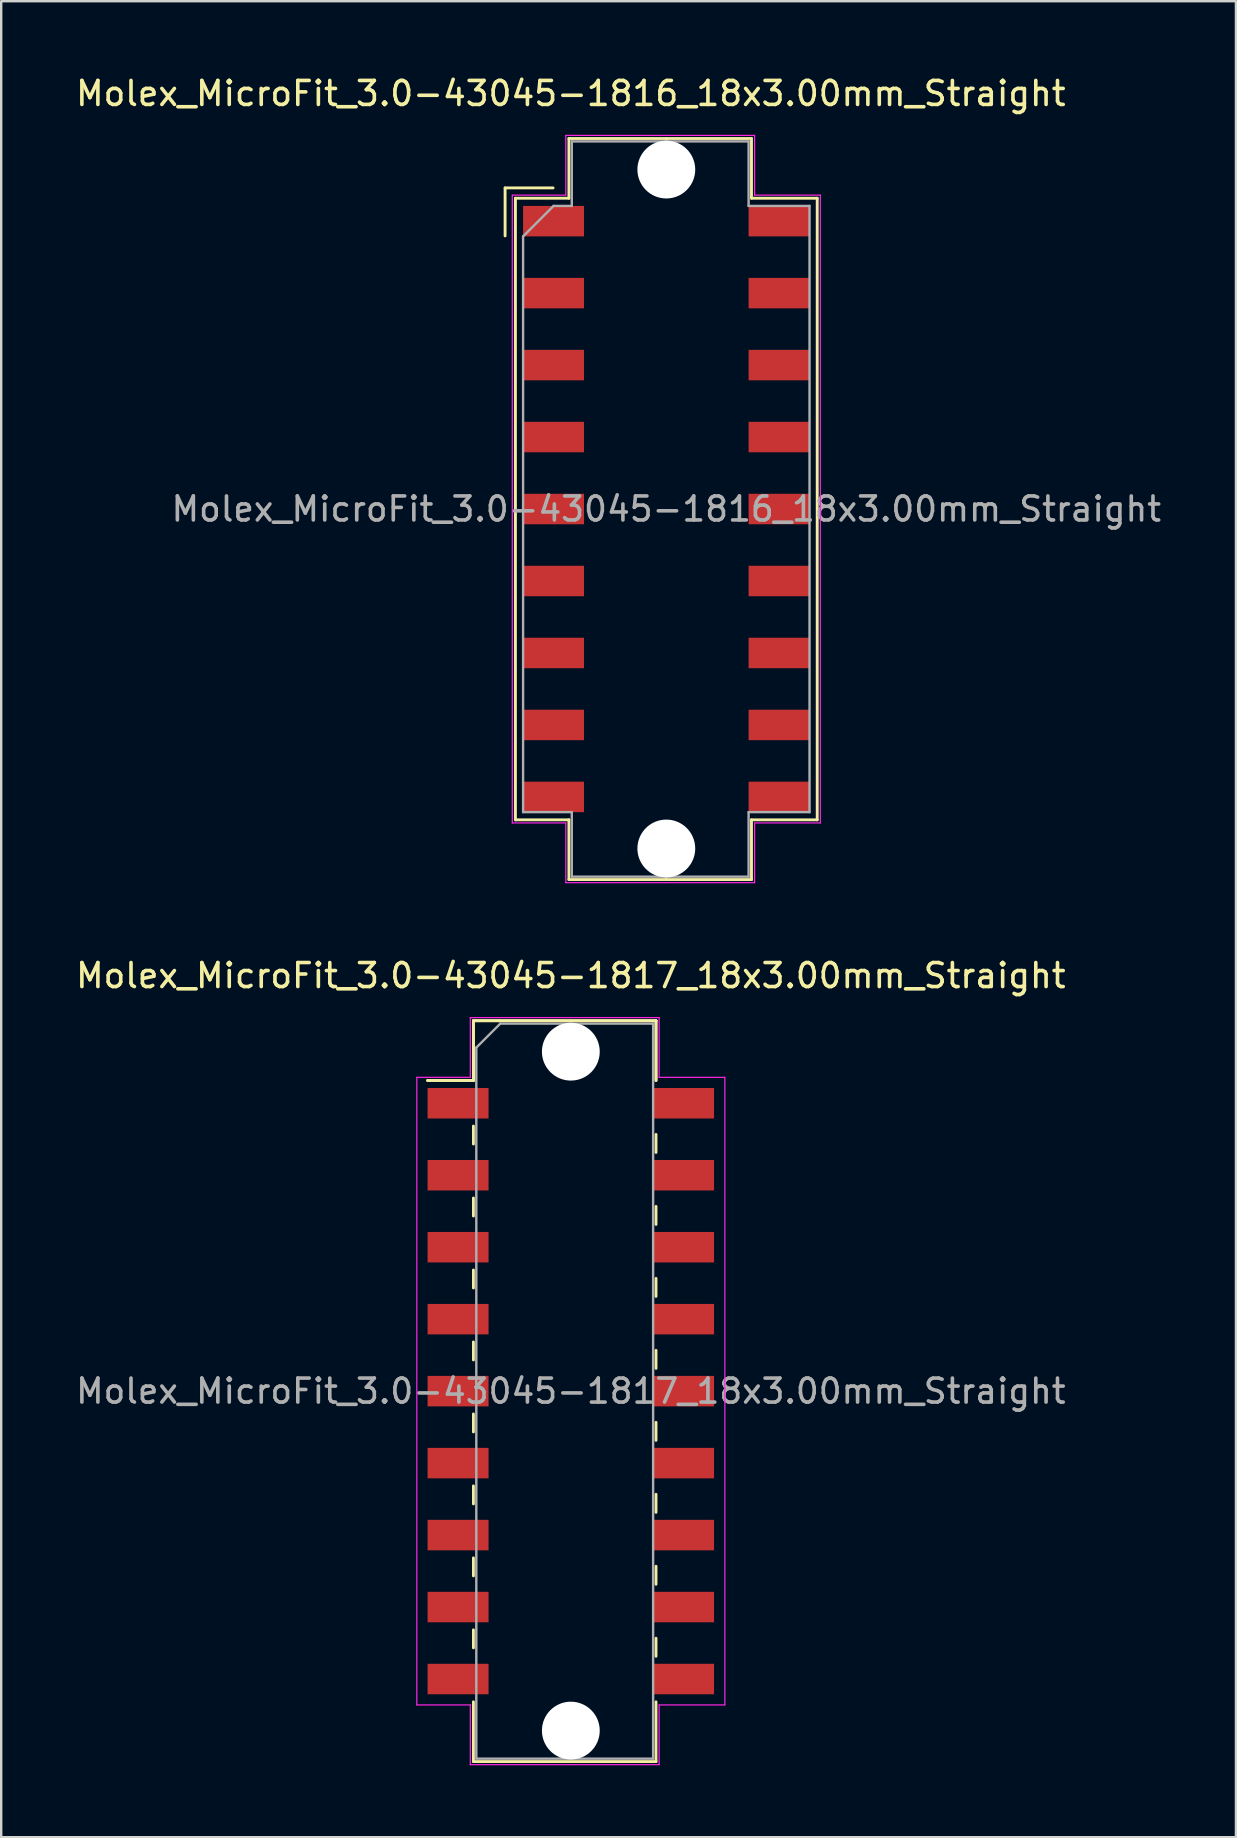
<source format=kicad_pcb>
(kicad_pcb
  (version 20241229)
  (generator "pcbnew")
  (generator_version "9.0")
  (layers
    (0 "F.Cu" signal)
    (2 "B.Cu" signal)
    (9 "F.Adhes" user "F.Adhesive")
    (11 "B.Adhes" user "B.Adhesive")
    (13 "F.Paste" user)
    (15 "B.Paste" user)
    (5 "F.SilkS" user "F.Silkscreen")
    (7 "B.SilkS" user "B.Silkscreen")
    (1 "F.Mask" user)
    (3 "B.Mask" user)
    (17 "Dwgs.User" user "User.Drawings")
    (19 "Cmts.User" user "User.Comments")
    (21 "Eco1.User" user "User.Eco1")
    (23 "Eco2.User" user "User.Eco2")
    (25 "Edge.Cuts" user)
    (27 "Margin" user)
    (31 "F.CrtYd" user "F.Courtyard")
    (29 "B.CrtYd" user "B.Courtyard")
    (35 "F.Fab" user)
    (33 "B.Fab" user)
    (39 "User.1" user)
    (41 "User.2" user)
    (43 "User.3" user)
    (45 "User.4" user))
  (footprint "Molex_MicroFit_3.0-43045-1817_18x3.00mm_Straight"
    (layer "F.Cu")
    (at 20.744 54.937)
    (property "Reference" "Molex_MicroFit_3.0-43045-1817_18x3.00mm_Straight" (at 0 -17.32 0) (layer "F.SilkS") (effects (font (size 1 1) (thickness 0.15))))
    (attr smd)
    (fp_line (start -5.97 -12.95) (end -4.06 -12.95) (stroke (width 0.12) (type solid)) (layer "F.SilkS"))
    (fp_line (start -5.97 -12.95) (end -4.06 -12.95) (stroke (width 0.12) (type solid)) (layer "F.SilkS"))
    (fp_line (start -4.06 -15.44) (end 3.55 -15.44) (stroke (width 0.12) (type solid)) (layer "F.SilkS"))
    (fp_line (start -4.06 -15.44) (end 3.55 -15.44) (stroke (width 0.12) (type solid)) (layer "F.SilkS"))
    (fp_line (start -4.06 -12.95) (end -4.06 -15.44) (stroke (width 0.12) (type solid)) (layer "F.SilkS"))
    (fp_line (start -4.06 -12.95) (end -4.06 -15.44) (stroke (width 0.12) (type solid)) (layer "F.SilkS"))
    (fp_line (start -4.06 -11.05) (end -4.06 -10.3) (stroke (width 0.12) (type solid)) (layer "F.SilkS"))
    (fp_line (start -4.06 -8.05) (end -4.06 -7.3) (stroke (width 0.12) (type solid)) (layer "F.SilkS"))
    (fp_line (start -4.06 -5.05) (end -4.06 -4.3) (stroke (width 0.12) (type solid)) (layer "F.SilkS"))
    (fp_line (start -4.06 -2.05) (end -4.06 -1.3) (stroke (width 0.12) (type solid)) (layer "F.SilkS"))
    (fp_line (start -4.06 0.95) (end -4.06 1.7) (stroke (width 0.12) (type solid)) (layer "F.SilkS"))
    (fp_line (start -4.06 3.95) (end -4.06 4.7) (stroke (width 0.12) (type solid)) (layer "F.SilkS"))
    (fp_line (start -4.06 6.95) (end -4.06 7.7) (stroke (width 0.12) (type solid)) (layer "F.SilkS"))
    (fp_line (start -4.06 9.95) (end -4.06 10.7) (stroke (width 0.12) (type solid)) (layer "F.SilkS"))
    (fp_line (start -4.06 15.44) (end -4.06 12.95) (stroke (width 0.12) (type solid)) (layer "F.SilkS"))
    (fp_line (start 3.55 -15.44) (end 3.55 -12.95) (stroke (width 0.12) (type solid)) (layer "F.SilkS"))
    (fp_line (start 3.55 -15.44) (end 3.55 -12.95) (stroke (width 0.12) (type solid)) (layer "F.SilkS"))
    (fp_line (start 3.55 -9.95) (end 3.55 -10.7) (stroke (width 0.12) (type solid)) (layer "F.SilkS"))
    (fp_line (start 3.55 -6.95) (end 3.55 -7.7) (stroke (width 0.12) (type solid)) (layer "F.SilkS"))
    (fp_line (start 3.55 -3.95) (end 3.55 -4.7) (stroke (width 0.12) (type solid)) (layer "F.SilkS"))
    (fp_line (start 3.55 -0.95) (end 3.55 -1.7) (stroke (width 0.12) (type solid)) (layer "F.SilkS"))
    (fp_line (start 3.55 2.05) (end 3.55 1.3) (stroke (width 0.12) (type solid)) (layer "F.SilkS"))
    (fp_line (start 3.55 5.05) (end 3.55 4.3) (stroke (width 0.12) (type solid)) (layer "F.SilkS"))
    (fp_line (start 3.55 8.05) (end 3.55 7.3) (stroke (width 0.12) (type solid)) (layer "F.SilkS"))
    (fp_line (start 3.55 11.05) (end 3.55 10.3) (stroke (width 0.12) (type solid)) (layer "F.SilkS"))
    (fp_line (start 3.55 12.95) (end 3.55 15.44) (stroke (width 0.12) (type solid)) (layer "F.SilkS"))
    (fp_line (start 3.55 15.44) (end -4.06 15.44) (stroke (width 0.12) (type solid)) (layer "F.SilkS"))
    (fp_line (start -6.42 -13.08) (end -4.19 -13.08) (stroke (width 0.05) (type solid)) (layer "F.CrtYd"))
    (fp_line (start -6.42 13.08) (end -6.42 -13.08) (stroke (width 0.05) (type solid)) (layer "F.CrtYd"))
    (fp_line (start -4.19 -15.57) (end 0 -15.57) (stroke (width 0.05) (type solid)) (layer "F.CrtYd"))
    (fp_line (start -4.19 -13.08) (end -4.19 -15.57) (stroke (width 0.05) (type solid)) (layer "F.CrtYd"))
    (fp_line (start -4.19 13.08) (end -6.42 13.08) (stroke (width 0.05) (type solid)) (layer "F.CrtYd"))
    (fp_line (start -4.19 15.57) (end -4.19 13.08) (stroke (width 0.05) (type solid)) (layer "F.CrtYd"))
    (fp_line (start 0 -15.57) (end 3.68 -15.57) (stroke (width 0.05) (type solid)) (layer "F.CrtYd"))
    (fp_line (start 0 15.57) (end -4.19 15.57) (stroke (width 0.05) (type solid)) (layer "F.CrtYd"))
    (fp_line (start 3.68 -15.57) (end 3.68 -13.08) (stroke (width 0.05) (type solid)) (layer "F.CrtYd"))
    (fp_line (start 3.68 -13.08) (end 6.42 -13.08) (stroke (width 0.05) (type solid)) (layer "F.CrtYd"))
    (fp_line (start 3.68 13.08) (end 3.68 15.57) (stroke (width 0.05) (type solid)) (layer "F.CrtYd"))
    (fp_line (start 3.68 15.57) (end 0 15.57) (stroke (width 0.05) (type solid)) (layer "F.CrtYd"))
    (fp_line (start 6.42 -13.08) (end 6.42 13.08) (stroke (width 0.05) (type solid)) (layer "F.CrtYd"))
    (fp_line (start 6.42 13.08) (end 3.68 13.08) (stroke (width 0.05) (type solid)) (layer "F.CrtYd"))
    (fp_line (start -3.94 -14.32) (end -2.94 -15.32) (stroke (width 0.1) (type solid)) (layer "F.Fab"))
    (fp_line (start -3.94 15.32) (end -3.94 -14.32) (stroke (width 0.1) (type solid)) (layer "F.Fab"))
    (fp_line (start -2.94 -15.32) (end 0 -15.32) (stroke (width 0.1) (type solid)) (layer "F.Fab"))
    (fp_line (start 0 -15.32) (end 3.43 -15.32) (stroke (width 0.1) (type solid)) (layer "F.Fab"))
    (fp_line (start 0 15.32) (end -3.94 15.32) (stroke (width 0.1) (type solid)) (layer "F.Fab"))
    (fp_line (start 3.43 -15.32) (end 3.43 15.32) (stroke (width 0.1) (type solid)) (layer "F.Fab"))
    (fp_line (start 3.43 15.32) (end 0 15.32) (stroke (width 0.1) (type solid)) (layer "F.Fab"))
    (fp_text user "${REFERENCE}" (at 0 0 0) (layer "F.Fab") (effects (font (size 1 1) (thickness 0.15))))
    (pad "" np_thru_hole circle (at 0 -14.15) (size 2.41 2.41) (drill 2.41) (layers "*.Cu"))
    (pad "" np_thru_hole circle (at 0 14.15) (size 2.41 2.41) (drill 2.41) (layers "*.Cu"))
    (pad "1" smd rect (at -4.7 -12) (size 2.54 1.27) (layers "F.Cu" "F.Mask" "F.Paste"))
    (pad "2" smd rect (at -4.7 -9) (size 2.54 1.27) (layers "F.Cu" "F.Mask" "F.Paste"))
    (pad "3" smd rect (at -4.7 -6) (size 2.54 1.27) (layers "F.Cu" "F.Mask" "F.Paste"))
    (pad "4" smd rect (at -4.7 -3) (size 2.54 1.27) (layers "F.Cu" "F.Mask" "F.Paste"))
    (pad "5" smd rect (at -4.7 0) (size 2.54 1.27) (layers "F.Cu" "F.Mask" "F.Paste"))
    (pad "6" smd rect (at -4.7 3) (size 2.54 1.27) (layers "F.Cu" "F.Mask" "F.Paste"))
    (pad "7" smd rect (at -4.7 6) (size 2.54 1.27) (layers "F.Cu" "F.Mask" "F.Paste"))
    (pad "8" smd rect (at -4.7 9) (size 2.54 1.27) (layers "F.Cu" "F.Mask" "F.Paste"))
    (pad "9" smd rect (at -4.7 12) (size 2.54 1.27) (layers "F.Cu" "F.Mask" "F.Paste"))
    (pad "10" smd rect (at 4.7 12) (size 2.54 1.27) (layers "F.Cu" "F.Mask" "F.Paste"))
    (pad "11" smd rect (at 4.7 9) (size 2.54 1.27) (layers "F.Cu" "F.Mask" "F.Paste"))
    (pad "12" smd rect (at 4.7 6) (size 2.54 1.27) (layers "F.Cu" "F.Mask" "F.Paste"))
    (pad "13" smd rect (at 4.7 3) (size 2.54 1.27) (layers "F.Cu" "F.Mask" "F.Paste"))
    (pad "14" smd rect (at 4.7 0) (size 2.54 1.27) (layers "F.Cu" "F.Mask" "F.Paste"))
    (pad "15" smd rect (at 4.7 -3) (size 2.54 1.27) (layers "F.Cu" "F.Mask" "F.Paste"))
    (pad "16" smd rect (at 4.7 -6) (size 2.54 1.27) (layers "F.Cu" "F.Mask" "F.Paste"))
    (pad "17" smd rect (at 4.7 -9) (size 2.54 1.27) (layers "F.Cu" "F.Mask" "F.Paste"))
    (pad "18" smd rect (at 4.7 -12) (size 2.54 1.27) (layers "F.Cu" "F.Mask" "F.Paste")))
  (footprint "Molex_MicroFit_3.0-43045-1816_18x3.00mm_Straight"
    (layer "F.Cu")
    (at 24.724 18.168)
    (property "Reference" "Molex_MicroFit_3.0-43045-1816_18x3.00mm_Straight" (at -3.98 -17.32 0) (layer "F.SilkS") (effects (font (size 1 1) (thickness 0.15))))
    (attr smd)
    (fp_line (start -6.72 -13.385) (end -6.72 -11.385) (stroke (width 0.12) (type solid)) (layer "F.SilkS"))
    (fp_line (start -6.29 -12.955) (end -4.06 -12.955) (stroke (width 0.12) (type solid)) (layer "F.SilkS"))
    (fp_line (start -6.29 12.955) (end -6.29 -12.955) (stroke (width 0.12) (type solid)) (layer "F.SilkS"))
    (fp_line (start -4.72 -13.385) (end -6.72 -13.385) (stroke (width 0.12) (type solid)) (layer "F.SilkS"))
    (fp_line (start -4.06 -15.445) (end 0 -15.445) (stroke (width 0.12) (type solid)) (layer "F.SilkS"))
    (fp_line (start -4.06 -12.955) (end -4.06 -15.445) (stroke (width 0.12) (type solid)) (layer "F.SilkS"))
    (fp_line (start -4.06 12.955) (end -6.29 12.955) (stroke (width 0.12) (type solid)) (layer "F.SilkS"))
    (fp_line (start -4.06 15.445) (end -4.06 12.955) (stroke (width 0.12) (type solid)) (layer "F.SilkS"))
    (fp_line (start 0 -15.445) (end 3.55 -15.445) (stroke (width 0.12) (type solid)) (layer "F.SilkS"))
    (fp_line (start 0 15.445) (end -4.06 15.445) (stroke (width 0.12) (type solid)) (layer "F.SilkS"))
    (fp_line (start 3.55 -15.445) (end 3.55 -12.955) (stroke (width 0.12) (type solid)) (layer "F.SilkS"))
    (fp_line (start 3.55 -12.955) (end 6.29 -12.955) (stroke (width 0.12) (type solid)) (layer "F.SilkS"))
    (fp_line (start 3.55 12.955) (end 3.55 15.445) (stroke (width 0.12) (type solid)) (layer "F.SilkS"))
    (fp_line (start 3.55 15.445) (end 0 15.445) (stroke (width 0.12) (type solid)) (layer "F.SilkS"))
    (fp_line (start 6.29 -12.955) (end 6.29 12.955) (stroke (width 0.12) (type solid)) (layer "F.SilkS"))
    (fp_line (start 6.29 12.955) (end 3.55 12.955) (stroke (width 0.12) (type solid)) (layer "F.SilkS"))
    (fp_line (start -6.42 -13.085) (end -4.19 -13.085) (stroke (width 0.05) (type solid)) (layer "F.CrtYd"))
    (fp_line (start -6.42 13.085) (end -6.42 -13.085) (stroke (width 0.05) (type solid)) (layer "F.CrtYd"))
    (fp_line (start -4.19 -15.575) (end 0 -15.575) (stroke (width 0.05) (type solid)) (layer "F.CrtYd"))
    (fp_line (start -4.19 -13.085) (end -4.19 -15.575) (stroke (width 0.05) (type solid)) (layer "F.CrtYd"))
    (fp_line (start -4.19 13.085) (end -6.42 13.085) (stroke (width 0.05) (type solid)) (layer "F.CrtYd"))
    (fp_line (start -4.19 15.575) (end -4.19 13.085) (stroke (width 0.05) (type solid)) (layer "F.CrtYd"))
    (fp_line (start 0 -15.575) (end 3.68 -15.575) (stroke (width 0.05) (type solid)) (layer "F.CrtYd"))
    (fp_line (start 0 15.575) (end -4.19 15.575) (stroke (width 0.05) (type solid)) (layer "F.CrtYd"))
    (fp_line (start 3.68 -15.575) (end 3.68 -13.085) (stroke (width 0.05) (type solid)) (layer "F.CrtYd"))
    (fp_line (start 3.68 -13.085) (end 6.42 -13.085) (stroke (width 0.05) (type solid)) (layer "F.CrtYd"))
    (fp_line (start 3.68 13.085) (end 3.68 15.575) (stroke (width 0.05) (type solid)) (layer "F.CrtYd"))
    (fp_line (start 3.68 15.575) (end 0 15.575) (stroke (width 0.05) (type solid)) (layer "F.CrtYd"))
    (fp_line (start 6.42 -13.085) (end 6.42 13.085) (stroke (width 0.05) (type solid)) (layer "F.CrtYd"))
    (fp_line (start 6.42 13.085) (end 3.68 13.085) (stroke (width 0.05) (type solid)) (layer "F.CrtYd"))
    (fp_line (start -5.97 -11.365) (end -4.7 -12.635) (stroke (width 0.1) (type solid)) (layer "F.Fab"))
    (fp_line (start -5.97 12.635) (end -5.97 -11.365) (stroke (width 0.1) (type solid)) (layer "F.Fab"))
    (fp_line (start -4.7 -12.635) (end -3.94 -12.635) (stroke (width 0.1) (type solid)) (layer "F.Fab"))
    (fp_line (start -3.94 -15.325) (end 0 -15.325) (stroke (width 0.1) (type solid)) (layer "F.Fab"))
    (fp_line (start -3.94 -12.635) (end -3.94 -15.325) (stroke (width 0.1) (type solid)) (layer "F.Fab"))
    (fp_line (start -3.94 12.635) (end -5.97 12.635) (stroke (width 0.1) (type solid)) (layer "F.Fab"))
    (fp_line (start -3.94 15.325) (end -3.94 12.635) (stroke (width 0.1) (type solid)) (layer "F.Fab"))
    (fp_line (start 0 -15.325) (end 3.43 -15.325) (stroke (width 0.1) (type solid)) (layer "F.Fab"))
    (fp_line (start 0 15.325) (end -3.94 15.325) (stroke (width 0.1) (type solid)) (layer "F.Fab"))
    (fp_line (start 3.43 -15.325) (end 3.43 -12.635) (stroke (width 0.1) (type solid)) (layer "F.Fab"))
    (fp_line (start 3.43 -12.635) (end 5.97 -12.635) (stroke (width 0.1) (type solid)) (layer "F.Fab"))
    (fp_line (start 3.43 12.635) (end 3.43 15.325) (stroke (width 0.1) (type solid)) (layer "F.Fab"))
    (fp_line (start 3.43 15.325) (end 0 15.325) (stroke (width 0.1) (type solid)) (layer "F.Fab"))
    (fp_line (start 5.97 -12.635) (end 5.97 12.635) (stroke (width 0.1) (type solid)) (layer "F.Fab"))
    (fp_line (start 5.97 12.635) (end 3.43 12.635) (stroke (width 0.1) (type solid)) (layer "F.Fab"))
    (fp_text user "${REFERENCE}" (at 0 0 0) (layer "F.Fab") (effects (font (size 1 1) (thickness 0.15))))
    (pad "" np_thru_hole circle (at 0 -14.15) (size 2.41 2.41) (drill 2.41) (layers "*.Cu"))
    (pad "" np_thru_hole circle (at 0 14.15) (size 2.41 2.41) (drill 2.41) (layers "*.Cu"))
    (pad "1" smd rect (at -4.7 -12) (size 2.54 1.27) (layers "F.Cu" "F.Mask" "F.Paste"))
    (pad "2" smd rect (at -4.7 -9) (size 2.54 1.27) (layers "F.Cu" "F.Mask" "F.Paste"))
    (pad "3" smd rect (at -4.7 -6) (size 2.54 1.27) (layers "F.Cu" "F.Mask" "F.Paste"))
    (pad "4" smd rect (at -4.7 -3) (size 2.54 1.27) (layers "F.Cu" "F.Mask" "F.Paste"))
    (pad "5" smd rect (at -4.7 0) (size 2.54 1.27) (layers "F.Cu" "F.Mask" "F.Paste"))
    (pad "6" smd rect (at -4.7 3) (size 2.54 1.27) (layers "F.Cu" "F.Mask" "F.Paste"))
    (pad "7" smd rect (at -4.7 6) (size 2.54 1.27) (layers "F.Cu" "F.Mask" "F.Paste"))
    (pad "8" smd rect (at -4.7 9) (size 2.54 1.27) (layers "F.Cu" "F.Mask" "F.Paste"))
    (pad "9" smd rect (at -4.7 12) (size 2.54 1.27) (layers "F.Cu" "F.Mask" "F.Paste"))
    (pad "10" smd rect (at 4.7 12) (size 2.54 1.27) (layers "F.Cu" "F.Mask" "F.Paste"))
    (pad "11" smd rect (at 4.7 9) (size 2.54 1.27) (layers "F.Cu" "F.Mask" "F.Paste"))
    (pad "12" smd rect (at 4.7 6) (size 2.54 1.27) (layers "F.Cu" "F.Mask" "F.Paste"))
    (pad "13" smd rect (at 4.7 3) (size 2.54 1.27) (layers "F.Cu" "F.Mask" "F.Paste"))
    (pad "14" smd rect (at 4.7 0) (size 2.54 1.27) (layers "F.Cu" "F.Mask" "F.Paste"))
    (pad "15" smd rect (at 4.7 -3) (size 2.54 1.27) (layers "F.Cu" "F.Mask" "F.Paste"))
    (pad "16" smd rect (at 4.7 -6) (size 2.54 1.27) (layers "F.Cu" "F.Mask" "F.Paste"))
    (pad "17" smd rect (at 4.7 -9) (size 2.54 1.27) (layers "F.Cu" "F.Mask" "F.Paste"))
    (pad "18" smd rect (at 4.7 -12) (size 2.54 1.27) (layers "F.Cu" "F.Mask" "F.Paste")))
  (gr_rect
    (start -3 -3)
    (end 48.468 73.531)
    (stroke (width 0.1) (type default))
    (fill no)
    (layer "Edge.Cuts")))
</source>
